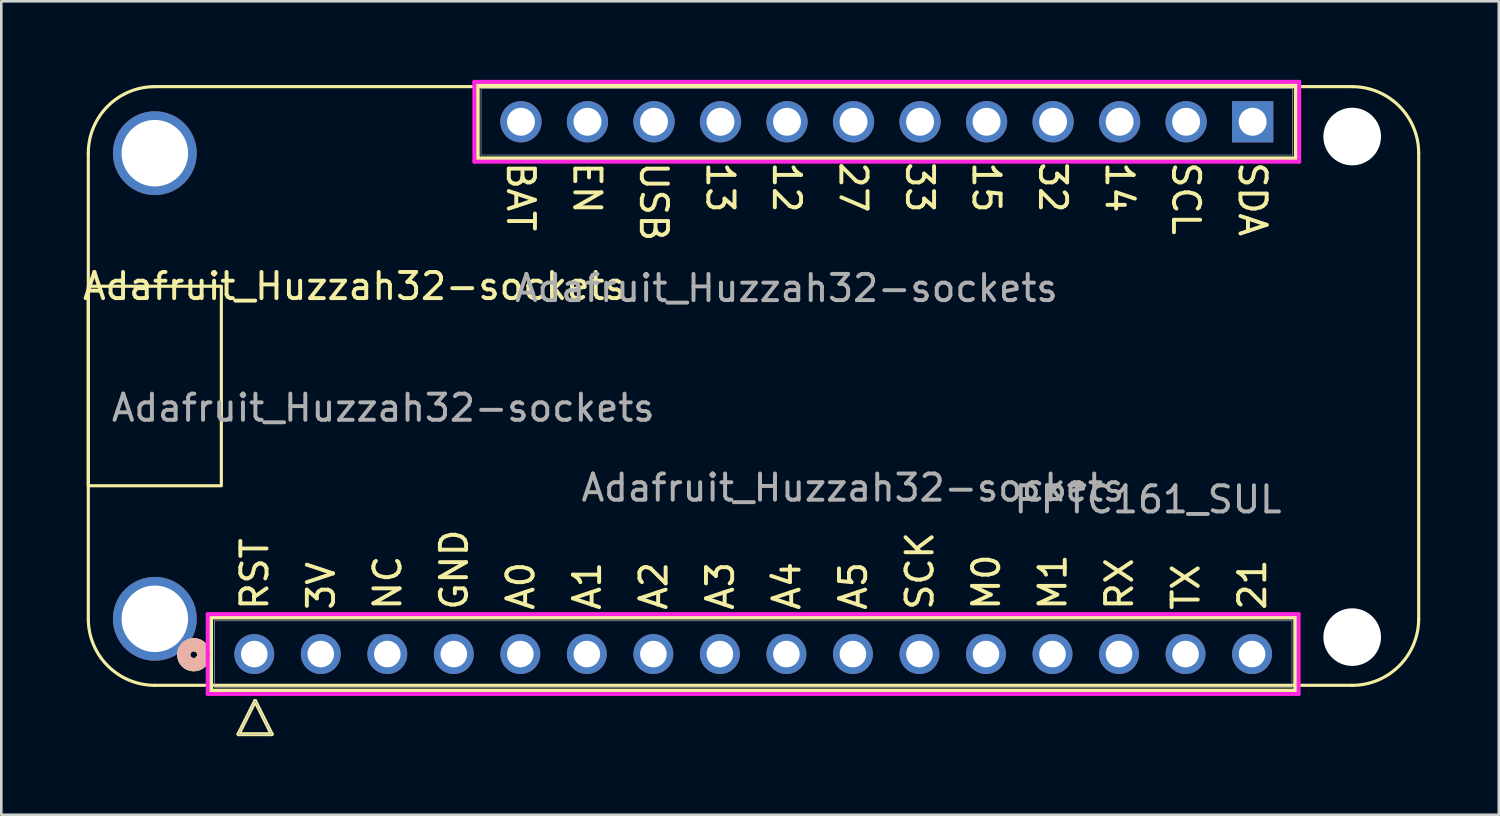
<source format=kicad_pcb>
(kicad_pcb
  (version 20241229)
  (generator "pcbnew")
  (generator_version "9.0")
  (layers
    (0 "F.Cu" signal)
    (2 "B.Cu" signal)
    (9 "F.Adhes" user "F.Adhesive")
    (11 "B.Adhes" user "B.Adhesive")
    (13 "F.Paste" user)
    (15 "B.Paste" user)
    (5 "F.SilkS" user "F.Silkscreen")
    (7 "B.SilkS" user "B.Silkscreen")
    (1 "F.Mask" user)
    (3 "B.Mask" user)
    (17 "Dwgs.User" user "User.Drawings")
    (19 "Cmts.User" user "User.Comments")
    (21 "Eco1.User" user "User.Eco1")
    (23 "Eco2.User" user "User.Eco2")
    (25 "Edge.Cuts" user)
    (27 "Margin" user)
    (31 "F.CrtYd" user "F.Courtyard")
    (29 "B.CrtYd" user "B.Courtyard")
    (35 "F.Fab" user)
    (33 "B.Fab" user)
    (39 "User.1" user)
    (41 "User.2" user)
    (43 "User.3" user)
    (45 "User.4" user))
  (footprint "Adafruit_Huzzah32-sockets"
    (layer "F.Cu")
    (at 6.659 21.925)
    (property "Reference" "Adafruit_Huzzah32-sockets" (at 3.823 -14.046 0) (unlocked yes) (layer "F.SilkS") (effects (font (size 1 1) (thickness 0.15))))
    (attr through_hole)
    (fp_line (start -6.337 -19.126) (end -6.337 -1.346) (stroke (width 0.12) (type solid)) (layer "F.SilkS"))
    (fp_line (start -3.797 1.194) (end 41.923 1.194) (stroke (width 0.12) (type solid)) (layer "F.SilkS"))
    (fp_line (start -1.651 -1.397) (end -1.651 1.397) (stroke (width 0.152) (type solid)) (layer "F.SilkS"))
    (fp_line (start -1.651 1.397) (end 39.751 1.397) (stroke (width 0.152) (type solid)) (layer "F.SilkS"))
    (fp_line (start -0.603 3.06) (end 0.033 1.79) (stroke (width 0.152) (type solid)) (layer "F.SilkS"))
    (fp_line (start 0.033 1.79) (end 0.667 3.06) (stroke (width 0.152) (type solid)) (layer "F.SilkS"))
    (fp_line (start 0.667 3.06) (end -0.603 3.06) (stroke (width 0.152) (type solid)) (layer "F.SilkS"))
    (fp_line (start 8.532 -21.722) (end 8.532 -18.928) (stroke (width 0.152) (type solid)) (layer "F.SilkS"))
    (fp_line (start 8.532 -18.928) (end 39.774 -18.928) (stroke (width 0.152) (type solid)) (layer "F.SilkS"))
    (fp_line (start 39.751 -1.397) (end -1.651 -1.397) (stroke (width 0.152) (type solid)) (layer "F.SilkS"))
    (fp_line (start 39.751 1.397) (end 39.751 -1.397) (stroke (width 0.152) (type solid)) (layer "F.SilkS"))
    (fp_line (start 39.774 -21.722) (end 8.532 -21.722) (stroke (width 0.152) (type solid)) (layer "F.SilkS"))
    (fp_line (start 39.774 -18.928) (end 39.774 -21.722) (stroke (width 0.152) (type solid)) (layer "F.SilkS"))
    (fp_line (start 41.923 -21.666) (end -3.797 -21.666) (stroke (width 0.12) (type solid)) (layer "F.SilkS"))
    (fp_line (start 44.463 -19.126) (end 44.463 -1.346) (stroke (width 0.12) (type solid)) (layer "F.SilkS"))
    (fp_rect (start -6.337 -14.046) (end -1.257 -6.426) (stroke (width 0.12) (type solid)) (fill no) (layer "F.SilkS"))
    (fp_arc (start -6.337 -19.126) (mid -5.593051 -20.922051) (end -3.797 -21.666) (stroke (width 0.12) (type solid)) (layer "F.SilkS"))
    (fp_arc (start -3.797 1.194) (mid -5.593051 0.450051) (end -6.337 -1.346) (stroke (width 0.12) (type solid)) (layer "F.SilkS"))
    (fp_arc (start 41.923 -21.666) (mid 43.719051 -20.922051) (end 44.463 -19.126) (stroke (width 0.12) (type solid)) (layer "F.SilkS"))
    (fp_arc (start 44.463 -1.346) (mid 43.719051 0.450051) (end 41.923 1.194) (stroke (width 0.12) (type solid)) (layer "F.SilkS"))
    (fp_circle (center -2.311 0.025) (end -2.692 0.025) (stroke (width 0.508) (type solid)) (fill no) (layer "F.SilkS"))
    (fp_circle (center -2.311 0.025) (end -2.692 0.025) (stroke (width 0.508) (type solid)) (fill no) (layer "B.SilkS"))
    (fp_line (start -1.778 -1.524) (end -1.778 1.524) (stroke (width 0.152) (type solid)) (layer "F.CrtYd"))
    (fp_line (start -1.778 1.524) (end 39.878 1.524) (stroke (width 0.152) (type solid)) (layer "F.CrtYd"))
    (fp_line (start 8.405 -21.849) (end 8.405 -18.801) (stroke (width 0.152) (type solid)) (layer "F.CrtYd"))
    (fp_line (start 8.405 -18.801) (end 39.901 -18.801) (stroke (width 0.152) (type solid)) (layer "F.CrtYd"))
    (fp_line (start 39.878 -1.524) (end -1.778 -1.524) (stroke (width 0.152) (type solid)) (layer "F.CrtYd"))
    (fp_line (start 39.878 1.524) (end 39.878 -1.524) (stroke (width 0.152) (type solid)) (layer "F.CrtYd"))
    (fp_line (start 39.901 -21.849) (end 8.405 -21.849) (stroke (width 0.152) (type solid)) (layer "F.CrtYd"))
    (fp_line (start 39.901 -18.801) (end 39.901 -21.849) (stroke (width 0.152) (type solid)) (layer "F.CrtYd"))
    (fp_line (start -1.524 -1.27) (end -1.524 1.27) (stroke (width 0.025) (type solid)) (layer "F.Fab"))
    (fp_line (start -1.524 1.27) (end 39.624 1.27) (stroke (width 0.025) (type solid)) (layer "F.Fab"))
    (fp_line (start -0.603 3.06) (end 0.033 1.79) (stroke (width 0.025) (type solid)) (layer "F.Fab"))
    (fp_line (start 0.033 1.79) (end 0.667 3.06) (stroke (width 0.025) (type solid)) (layer "F.Fab"))
    (fp_line (start 0.667 3.06) (end -0.603 3.06) (stroke (width 0.025) (type solid)) (layer "F.Fab"))
    (fp_line (start 8.659 -21.595) (end 8.659 -19.055) (stroke (width 0.025) (type solid)) (layer "F.Fab"))
    (fp_line (start 8.659 -19.055) (end 39.647 -19.055) (stroke (width 0.025) (type solid)) (layer "F.Fab"))
    (fp_line (start 39.624 -1.27) (end -1.524 -1.27) (stroke (width 0.025) (type solid)) (layer "F.Fab"))
    (fp_line (start 39.624 1.27) (end 39.624 -1.27) (stroke (width 0.025) (type solid)) (layer "F.Fab"))
    (fp_line (start 39.647 -21.595) (end 8.659 -21.595) (stroke (width 0.025) (type solid)) (layer "F.Fab"))
    (fp_line (start 39.647 -19.055) (end 39.647 -21.595) (stroke (width 0.025) (type solid)) (layer "F.Fab"))
    (fp_text user "SCK" (at 25.413 -1.6 90) (unlocked yes) (layer "F.SilkS") (effects (font (size 1 1) (thickness 0.15)) (justify left)))
    (fp_text user "SCL" (at 35.573 -18.872 270) (unlocked yes) (layer "F.SilkS") (effects (font (size 1 1) (thickness 0.15)) (justify left)))
    (fp_text user "3V" (at 2.553 -1.6 90) (unlocked yes) (layer "F.SilkS") (effects (font (size 1 1) (thickness 0.15)) (justify left)))
    (fp_text user "NC" (at 5.093 -1.6 90) (unlocked yes) (layer "F.SilkS") (effects (font (size 1 1) (thickness 0.15)) (justify left)))
    (fp_text user "14" (at 33.033 -18.872 270) (unlocked yes) (layer "F.SilkS") (effects (font (size 1 1) (thickness 0.15)) (justify left)))
    (fp_text user "A1" (at 12.713 -1.6 90) (unlocked yes) (layer "F.SilkS") (effects (font (size 1 1) (thickness 0.15)) (justify left)))
    (fp_text user "EN" (at 12.713 -18.872 270) (unlocked yes) (layer "F.SilkS") (effects (font (size 1 1) (thickness 0.15)) (justify left)))
    (fp_text user "A0" (at 10.173 -1.6 90) (unlocked yes) (layer "F.SilkS") (effects (font (size 1 1) (thickness 0.15)) (justify left)))
    (fp_text user "BAT" (at 10.173 -18.872 270) (unlocked yes) (layer "F.SilkS") (effects (font (size 1 1) (thickness 0.15)) (justify left)))
    (fp_text user "TX" (at 35.573 -1.6 90) (unlocked yes) (layer "F.SilkS") (effects (font (size 1 1) (thickness 0.15)) (justify left)))
    (fp_text user "A2" (at 15.253 -1.6 90) (unlocked yes) (layer "F.SilkS") (effects (font (size 1 1) (thickness 0.15)) (justify left)))
    (fp_text user "RST" (at 0.013 -1.6 90) (unlocked yes) (layer "F.SilkS") (effects (font (size 1 1) (thickness 0.15)) (justify left)))
    (fp_text user "33" (at 25.413 -18.872 270) (unlocked yes) (layer "F.SilkS") (effects (font (size 1 1) (thickness 0.15)) (justify left)))
    (fp_text user "A5" (at 22.873 -1.6 90) (unlocked yes) (layer "F.SilkS") (effects (font (size 1 1) (thickness 0.15)) (justify left)))
    (fp_text user "RX" (at 33.033 -1.6 90) (unlocked yes) (layer "F.SilkS") (effects (font (size 1 1) (thickness 0.15)) (justify left)))
    (fp_text user "A3" (at 17.793 -1.6 90) (unlocked yes) (layer "F.SilkS") (effects (font (size 1 1) (thickness 0.15)) (justify left)))
    (fp_text user "M1" (at 30.493 -1.6 90) (unlocked yes) (layer "F.SilkS") (effects (font (size 1 1) (thickness 0.15)) (justify left)))
    (fp_text user "15" (at 27.953 -18.872 270) (unlocked yes) (layer "F.SilkS") (effects (font (size 1 1) (thickness 0.15)) (justify left)))
    (fp_text user "21" (at 38.113 -1.6 90) (unlocked yes) (layer "F.SilkS") (effects (font (size 1 1) (thickness 0.15)) (justify left)))
    (fp_text user "SDA" (at 38.113 -18.872 270) (unlocked yes) (layer "F.SilkS") (effects (font (size 1 1) (thickness 0.15)) (justify left)))
    (fp_text user "USB" (at 15.253 -18.872 270) (unlocked yes) (layer "F.SilkS") (effects (font (size 1 1) (thickness 0.15)) (justify left)))
    (fp_text user "13" (at 17.793 -18.872 270) (unlocked yes) (layer "F.SilkS") (effects (font (size 1 1) (thickness 0.15)) (justify left)))
    (fp_text user "M0" (at 27.953 -1.6 90) (unlocked yes) (layer "F.SilkS") (effects (font (size 1 1) (thickness 0.15)) (justify left)))
    (fp_text user "12" (at 20.333 -18.872 270) (unlocked yes) (layer "F.SilkS") (effects (font (size 1 1) (thickness 0.15)) (justify left)))
    (fp_text user "27" (at 22.873 -18.872 270) (unlocked yes) (layer "F.SilkS") (effects (font (size 1 1) (thickness 0.15)) (justify left)))
    (fp_text user "GND" (at 7.633 -1.6 90) (unlocked yes) (layer "F.SilkS") (effects (font (size 1 1) (thickness 0.15)) (justify left)))
    (fp_text user "32" (at 30.493 -18.872 270) (unlocked yes) (layer "F.SilkS") (effects (font (size 1 1) (thickness 0.15)) (justify left)))
    (fp_text user "A4" (at 20.333 -1.6 90) (unlocked yes) (layer "F.SilkS") (effects (font (size 1 1) (thickness 0.15)) (justify left)))
    (fp_text user "PPTC161_SUL" (at 34.125 -5.9 0) (unlocked yes) (layer "F.Fab") (effects (font (size 1 1) (thickness 0.15))))
    (fp_text user "${REFERENCE}" (at 4.925 -9.4 0) (unlocked yes) (layer "F.Fab") (effects (font (size 1 1) (thickness 0.15))))
    (fp_text user "${REFERENCE}" (at 20.32 -13.97 0) (unlocked yes) (layer "F.Fab") (effects (font (size 1 1) (thickness 0.15))))
    (fp_text user "${REFERENCE}" (at 22.86 -6.35 0) (unlocked yes) (layer "F.Fab") (effects (font (size 1 1) (thickness 0.15))))
    (fp_text user "PPTC121LFBN_RC" (at 32.625 -13.875 0) (unlocked yes) (layer "User.5") (effects (font (size 1 1) (thickness 0.15))))
    (pad "" thru_hole circle (at -3.797 -19.126) (size 3.2 3.2) (drill 2.54) (layers "*.Cu" "*.Mask"))
    (pad "" thru_hole circle (at -3.797 -1.346) (size 3.2 3.2) (drill 2.54) (layers "*.Cu" "*.Mask"))
    (pad "" np_thru_hole circle (at 41.924 -19.761) (size 2.2 2.2) (drill 2.2) (layers "*.Cu" "*.Mask"))
    (pad "" np_thru_hole circle (at 41.924 -0.647) (size 2.2 2.2) (drill 2.2) (layers "*.Cu" "*.Mask"))
    (pad "1" thru_hole circle (at 0 0 180) (size 1.524 1.524) (drill 1.016) (layers "*.Cu" "*.Mask"))
    (pad "2" thru_hole circle (at 2.54 0 180) (size 1.524 1.524) (drill 1.016) (layers "*.Cu" "*.Mask"))
    (pad "3" thru_hole circle (at 5.08 0 180) (size 1.524 1.524) (drill 1.016) (layers "*.Cu" "*.Mask"))
    (pad "4" thru_hole circle (at 7.62 0 180) (size 1.524 1.524) (drill 1.016) (layers "*.Cu" "*.Mask"))
    (pad "5" thru_hole circle (at 10.16 0 180) (size 1.524 1.524) (drill 1.016) (layers "*.Cu" "*.Mask"))
    (pad "6" thru_hole circle (at 12.7 0 180) (size 1.524 1.524) (drill 1.016) (layers "*.Cu" "*.Mask"))
    (pad "7" thru_hole circle (at 15.24 0 180) (size 1.524 1.524) (drill 1.016) (layers "*.Cu" "*.Mask"))
    (pad "8" thru_hole circle (at 17.78 0 180) (size 1.524 1.524) (drill 1.016) (layers "*.Cu" "*.Mask"))
    (pad "9" thru_hole circle (at 20.32 0 180) (size 1.524 1.524) (drill 1.016) (layers "*.Cu" "*.Mask"))
    (pad "10" thru_hole circle (at 22.86 0 180) (size 1.524 1.524) (drill 1.016) (layers "*.Cu" "*.Mask"))
    (pad "11" thru_hole circle (at 25.4 0 180) (size 1.524 1.524) (drill 1.016) (layers "*.Cu" "*.Mask"))
    (pad "12" thru_hole circle (at 27.94 0 180) (size 1.524 1.524) (drill 1.016) (layers "*.Cu" "*.Mask"))
    (pad "13" thru_hole circle (at 30.48 0 180) (size 1.524 1.524) (drill 1.016) (layers "*.Cu" "*.Mask"))
    (pad "14" thru_hole circle (at 33.02 0 180) (size 1.524 1.524) (drill 1.016) (layers "*.Cu" "*.Mask"))
    (pad "15" thru_hole circle (at 35.56 0 180) (size 1.524 1.524) (drill 1.016) (layers "*.Cu" "*.Mask"))
    (pad "16" thru_hole circle (at 38.1 0 180) (size 1.524 1.524) (drill 1.016) (layers "*.Cu" "*.Mask"))
    (pad "17" thru_hole rect (at 38.123 -20.325) (size 1.575 1.575) (drill 1.067) (layers "*.Cu" "*.Mask"))
    (pad "18" thru_hole circle (at 35.583 -20.325) (size 1.575 1.575) (drill 1.067) (layers "*.Cu" "*.Mask"))
    (pad "19" thru_hole circle (at 33.043 -20.325) (size 1.575 1.575) (drill 1.067) (layers "*.Cu" "*.Mask"))
    (pad "20" thru_hole circle (at 30.503 -20.325) (size 1.575 1.575) (drill 1.067) (layers "*.Cu" "*.Mask"))
    (pad "21" thru_hole circle (at 27.963 -20.325) (size 1.575 1.575) (drill 1.067) (layers "*.Cu" "*.Mask"))
    (pad "22" thru_hole circle (at 25.423 -20.325) (size 1.575 1.575) (drill 1.067) (layers "*.Cu" "*.Mask"))
    (pad "23" thru_hole circle (at 22.883 -20.325) (size 1.575 1.575) (drill 1.067) (layers "*.Cu" "*.Mask"))
    (pad "24" thru_hole circle (at 20.343 -20.325) (size 1.575 1.575) (drill 1.067) (layers "*.Cu" "*.Mask"))
    (pad "25" thru_hole circle (at 17.803 -20.325) (size 1.575 1.575) (drill 1.067) (layers "*.Cu" "*.Mask"))
    (pad "26" thru_hole circle (at 15.263 -20.325) (size 1.575 1.575) (drill 1.067) (layers "*.Cu" "*.Mask"))
    (pad "27" thru_hole circle (at 12.723 -20.325) (size 1.575 1.575) (drill 1.067) (layers "*.Cu" "*.Mask"))
    (pad "28" thru_hole circle (at 10.183 -20.325) (size 1.575 1.575) (drill 1.067) (layers "*.Cu" "*.Mask")))
  (gr_rect
    (start -3 -3)
    (end 54.182 28.061)
    (stroke (width 0.1) (type default))
    (fill no)
    (layer "Edge.Cuts")))
</source>
